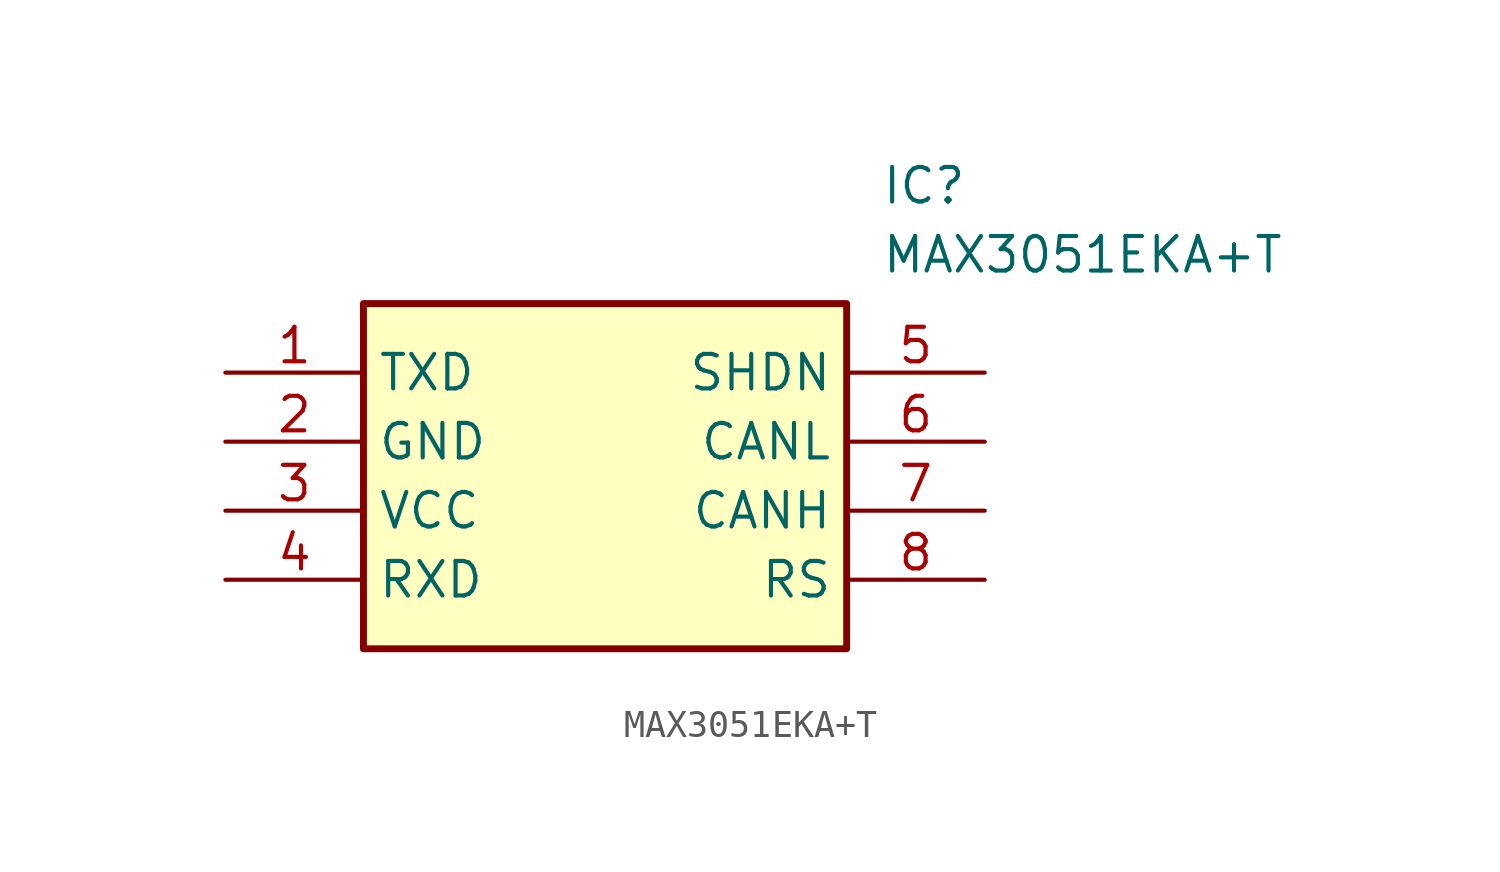
<source format=kicad_sym>
(kicad_symbol_lib
  (version 20211014)
  (generator SamacSys_ECAD_Model)
  (symbol "MAX3051EKA+T"
    (property "Reference" "IC"
      (at 24.13 7.62 0)
      (effects (font (size 1.27 1.27)) (justify left top)))
    (property "Value" "MAX3051EKA+T"
      (at 24.13 5.08 0)
      (effects (font (size 1.27 1.27)) (justify left top)))
    (rectangle
      (start 5.08 2.54)
      (end 22.86 -10.16)
      (stroke (width 0.254) (type default))
      (fill (type background)))
    (pin bidirectional line
      (at 0 0 0)
      (length 5.08)
      (name "TXD" (effects (font (size 1.27 1.27))))
      (number "1" (effects (font (size 1.27 1.27)))))
    (pin power_in line
      (at 0 -2.54 0)
      (length 5.08)
      (name "GND" (effects (font (size 1.27 1.27))))
      (number "2" (effects (font (size 1.27 1.27)))))
    (pin power_in line
      (at 0 -5.08 0)
      (length 5.08)
      (name "VCC" (effects (font (size 1.27 1.27))))
      (number "3" (effects (font (size 1.27 1.27)))))
    (pin bidirectional line
      (at 0 -7.62 0)
      (length 5.08)
      (name "RXD" (effects (font (size 1.27 1.27))))
      (number "4" (effects (font (size 1.27 1.27)))))
    (pin input line
      (at 27.94 0 180)
      (length 5.08)
      (name "SHDN" (effects (font (size 1.27 1.27))))
      (number "5" (effects (font (size 1.27 1.27)))))
    (pin bidirectional line
      (at 27.94 -2.54 180)
      (length 5.08)
      (name "CANL" (effects (font (size 1.27 1.27))))
      (number "6" (effects (font (size 1.27 1.27)))))
    (pin bidirectional line
      (at 27.94 -5.08 180)
      (length 5.08)
      (name "CANH" (effects (font (size 1.27 1.27))))
      (number "7" (effects (font (size 1.27 1.27)))))
    (pin input line
      (at 27.94 -7.62 180)
      (length 5.08)
      (name "RS" (effects (font (size 1.27 1.27))))
      (number "8" (effects (font (size 1.27 1.27)))))))
</source>
